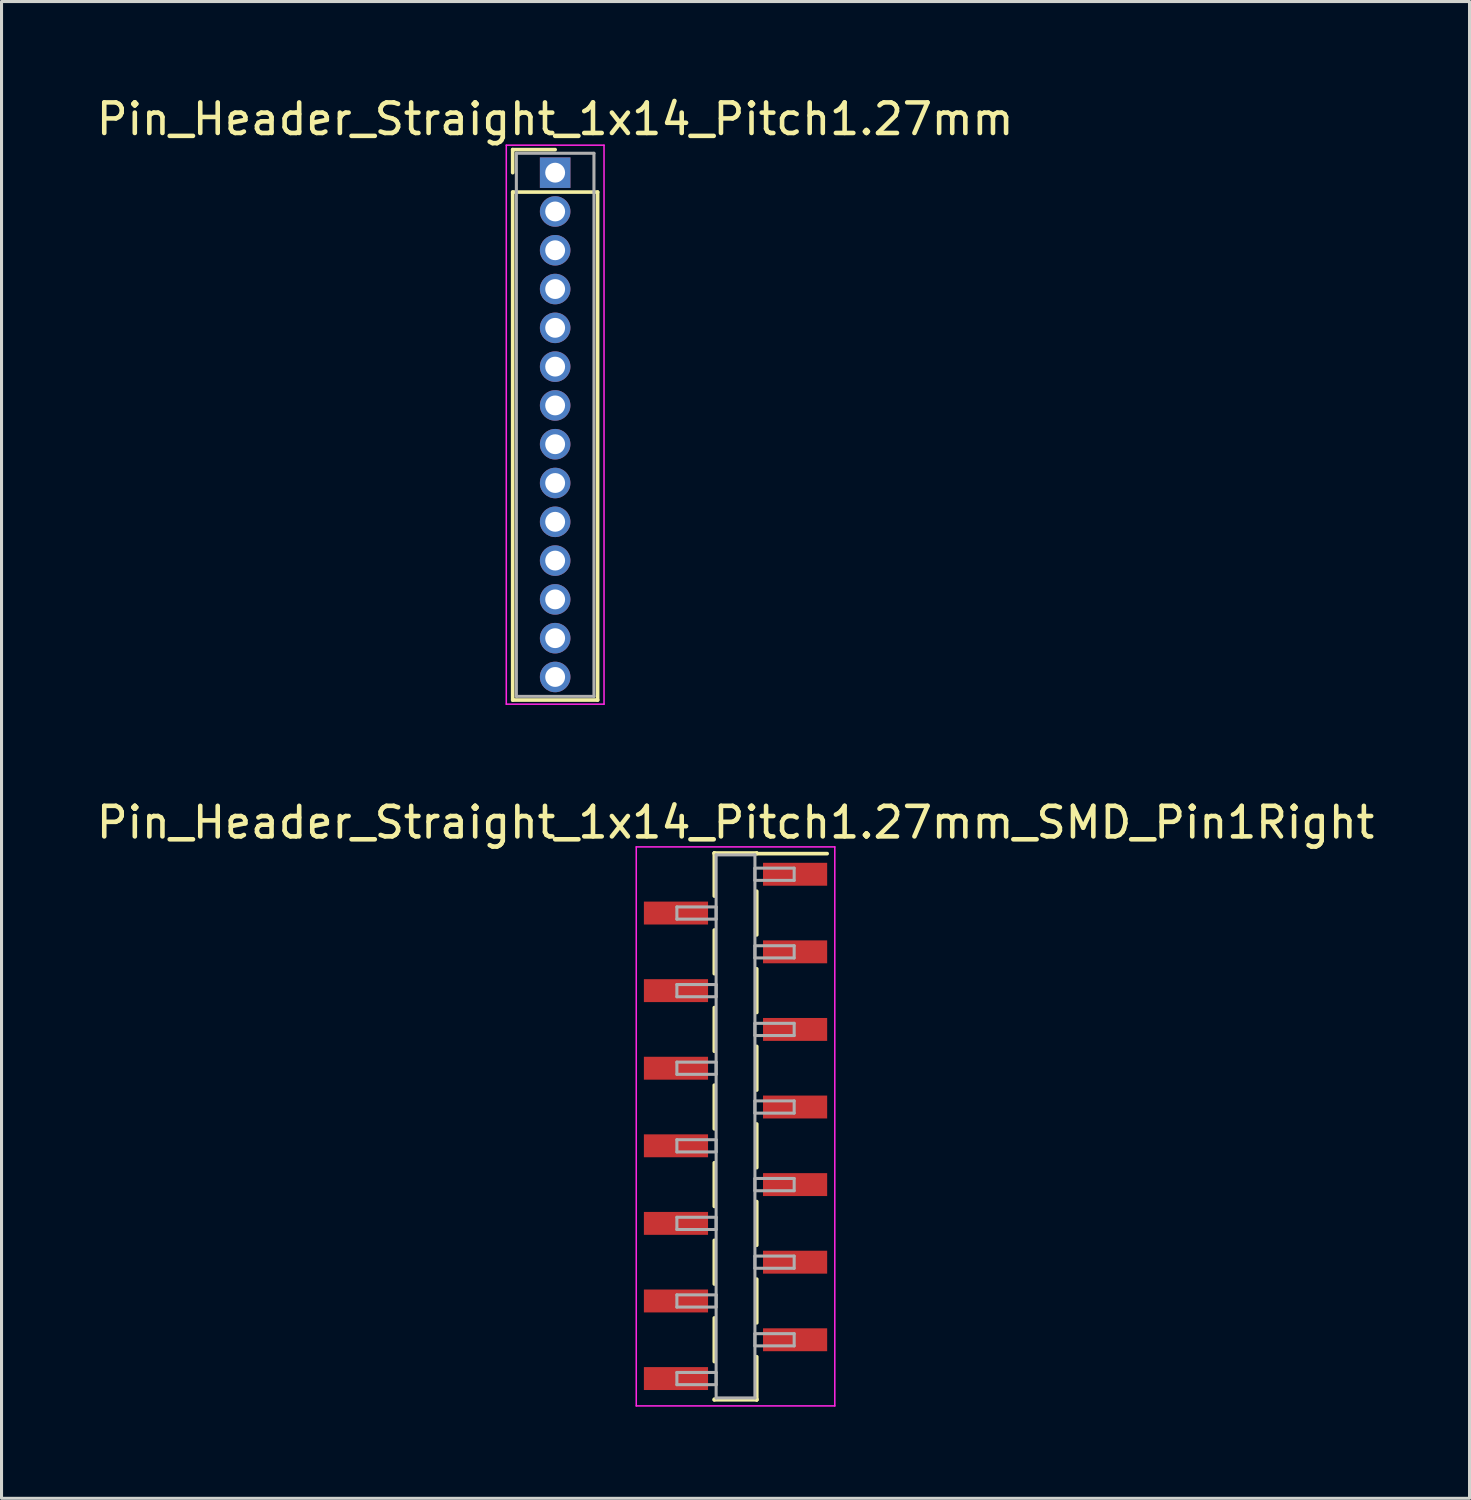
<source format=kicad_pcb>
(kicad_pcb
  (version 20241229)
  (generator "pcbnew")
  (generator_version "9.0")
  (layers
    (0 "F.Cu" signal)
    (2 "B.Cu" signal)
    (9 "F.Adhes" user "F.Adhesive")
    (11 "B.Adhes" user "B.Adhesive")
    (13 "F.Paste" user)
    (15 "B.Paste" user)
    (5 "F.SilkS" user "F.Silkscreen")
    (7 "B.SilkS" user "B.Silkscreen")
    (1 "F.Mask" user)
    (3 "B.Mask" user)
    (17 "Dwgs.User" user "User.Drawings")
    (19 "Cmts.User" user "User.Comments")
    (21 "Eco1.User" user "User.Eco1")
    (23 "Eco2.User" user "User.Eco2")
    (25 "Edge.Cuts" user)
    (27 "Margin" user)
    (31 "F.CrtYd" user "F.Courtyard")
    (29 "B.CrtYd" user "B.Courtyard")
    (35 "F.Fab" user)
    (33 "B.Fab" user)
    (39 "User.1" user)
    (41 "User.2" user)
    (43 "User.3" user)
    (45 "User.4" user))
  (footprint "Pin_Header_Straight_1x14_Pitch1.27mm_SMD_Pin1Right"
    (layer "F.Cu")
    (at 21.03 33.827)
    (property "Reference" "Pin_Header_Straight_1x14_Pitch1.27mm_SMD_Pin1Right" (at 0 -9.95 0) (layer "F.SilkS") (effects (font (size 1 1) (thickness 0.15))))
    (attr smd)
    (fp_line (start -0.695 -8.95) (end -0.695 -7.54) (stroke (width 0.12) (type solid)) (layer "F.SilkS"))
    (fp_line (start -0.695 -8.95) (end 0.695 -8.95) (stroke (width 0.12) (type solid)) (layer "F.SilkS"))
    (fp_line (start -0.695 -8.93) (end -0.695 -8.95) (stroke (width 0.12) (type solid)) (layer "F.SilkS"))
    (fp_line (start -0.695 -6.43) (end -0.695 -5) (stroke (width 0.12) (type solid)) (layer "F.SilkS"))
    (fp_line (start -0.695 -3.89) (end -0.695 -2.46) (stroke (width 0.12) (type solid)) (layer "F.SilkS"))
    (fp_line (start -0.695 -1.35) (end -0.695 0.08) (stroke (width 0.12) (type solid)) (layer "F.SilkS"))
    (fp_line (start -0.695 1.19) (end -0.695 2.62) (stroke (width 0.12) (type solid)) (layer "F.SilkS"))
    (fp_line (start -0.695 3.73) (end -0.695 5.16) (stroke (width 0.12) (type solid)) (layer "F.SilkS"))
    (fp_line (start -0.695 6.27) (end -0.695 7.7) (stroke (width 0.12) (type solid)) (layer "F.SilkS"))
    (fp_line (start -0.695 8.93) (end -0.695 8.95) (stroke (width 0.12) (type solid)) (layer "F.SilkS"))
    (fp_line (start -0.695 8.95) (end 0.695 8.95) (stroke (width 0.12) (type solid)) (layer "F.SilkS"))
    (fp_line (start 0.695 -8.95) (end 0.695 -8.93) (stroke (width 0.12) (type solid)) (layer "F.SilkS"))
    (fp_line (start 0.695 -8.93) (end 3 -8.93) (stroke (width 0.12) (type solid)) (layer "F.SilkS"))
    (fp_line (start 0.695 -7.7) (end 0.695 -6.27) (stroke (width 0.12) (type solid)) (layer "F.SilkS"))
    (fp_line (start 0.695 -5.16) (end 0.695 -3.73) (stroke (width 0.12) (type solid)) (layer "F.SilkS"))
    (fp_line (start 0.695 -2.62) (end 0.695 -1.19) (stroke (width 0.12) (type solid)) (layer "F.SilkS"))
    (fp_line (start 0.695 -0.08) (end 0.695 1.35) (stroke (width 0.12) (type solid)) (layer "F.SilkS"))
    (fp_line (start 0.695 2.46) (end 0.695 3.89) (stroke (width 0.12) (type solid)) (layer "F.SilkS"))
    (fp_line (start 0.695 5) (end 0.695 6.43) (stroke (width 0.12) (type solid)) (layer "F.SilkS"))
    (fp_line (start 0.695 7.54) (end 0.695 8.95) (stroke (width 0.12) (type solid)) (layer "F.SilkS"))
    (fp_line (start 0.695 8.95) (end 0.695 8.93) (stroke (width 0.12) (type solid)) (layer "F.SilkS"))
    (fp_line (start -3.25 -9.15) (end -3.25 9.15) (stroke (width 0.05) (type solid)) (layer "F.CrtYd"))
    (fp_line (start -3.25 9.15) (end 3.25 9.15) (stroke (width 0.05) (type solid)) (layer "F.CrtYd"))
    (fp_line (start 3.25 -9.15) (end -3.25 -9.15) (stroke (width 0.05) (type solid)) (layer "F.CrtYd"))
    (fp_line (start 3.25 9.15) (end 3.25 -9.15) (stroke (width 0.05) (type solid)) (layer "F.CrtYd"))
    (fp_line (start -1.92 -7.185) (end -0.635 -7.185) (stroke (width 0.1) (type solid)) (layer "F.Fab"))
    (fp_line (start -1.92 -6.785) (end -1.92 -7.185) (stroke (width 0.1) (type solid)) (layer "F.Fab"))
    (fp_line (start -1.92 -4.645) (end -0.635 -4.645) (stroke (width 0.1) (type solid)) (layer "F.Fab"))
    (fp_line (start -1.92 -4.245) (end -1.92 -4.645) (stroke (width 0.1) (type solid)) (layer "F.Fab"))
    (fp_line (start -1.92 -2.105) (end -0.635 -2.105) (stroke (width 0.1) (type solid)) (layer "F.Fab"))
    (fp_line (start -1.92 -1.705) (end -1.92 -2.105) (stroke (width 0.1) (type solid)) (layer "F.Fab"))
    (fp_line (start -1.92 0.435) (end -0.635 0.435) (stroke (width 0.1) (type solid)) (layer "F.Fab"))
    (fp_line (start -1.92 0.835) (end -1.92 0.435) (stroke (width 0.1) (type solid)) (layer "F.Fab"))
    (fp_line (start -1.92 2.975) (end -0.635 2.975) (stroke (width 0.1) (type solid)) (layer "F.Fab"))
    (fp_line (start -1.92 3.375) (end -1.92 2.975) (stroke (width 0.1) (type solid)) (layer "F.Fab"))
    (fp_line (start -1.92 5.515) (end -0.635 5.515) (stroke (width 0.1) (type solid)) (layer "F.Fab"))
    (fp_line (start -1.92 5.915) (end -1.92 5.515) (stroke (width 0.1) (type solid)) (layer "F.Fab"))
    (fp_line (start -1.92 8.055) (end -0.635 8.055) (stroke (width 0.1) (type solid)) (layer "F.Fab"))
    (fp_line (start -1.92 8.455) (end -1.92 8.055) (stroke (width 0.1) (type solid)) (layer "F.Fab"))
    (fp_line (start -0.635 -8.89) (end -0.635 8.89) (stroke (width 0.1) (type solid)) (layer "F.Fab"))
    (fp_line (start -0.635 -7.185) (end -0.635 -6.785) (stroke (width 0.1) (type solid)) (layer "F.Fab"))
    (fp_line (start -0.635 -6.785) (end -1.92 -6.785) (stroke (width 0.1) (type solid)) (layer "F.Fab"))
    (fp_line (start -0.635 -4.645) (end -0.635 -4.245) (stroke (width 0.1) (type solid)) (layer "F.Fab"))
    (fp_line (start -0.635 -4.245) (end -1.92 -4.245) (stroke (width 0.1) (type solid)) (layer "F.Fab"))
    (fp_line (start -0.635 -2.105) (end -0.635 -1.705) (stroke (width 0.1) (type solid)) (layer "F.Fab"))
    (fp_line (start -0.635 -1.705) (end -1.92 -1.705) (stroke (width 0.1) (type solid)) (layer "F.Fab"))
    (fp_line (start -0.635 0.435) (end -0.635 0.835) (stroke (width 0.1) (type solid)) (layer "F.Fab"))
    (fp_line (start -0.635 0.835) (end -1.92 0.835) (stroke (width 0.1) (type solid)) (layer "F.Fab"))
    (fp_line (start -0.635 2.975) (end -0.635 3.375) (stroke (width 0.1) (type solid)) (layer "F.Fab"))
    (fp_line (start -0.635 3.375) (end -1.92 3.375) (stroke (width 0.1) (type solid)) (layer "F.Fab"))
    (fp_line (start -0.635 5.515) (end -0.635 5.915) (stroke (width 0.1) (type solid)) (layer "F.Fab"))
    (fp_line (start -0.635 5.915) (end -1.92 5.915) (stroke (width 0.1) (type solid)) (layer "F.Fab"))
    (fp_line (start -0.635 8.055) (end -0.635 8.455) (stroke (width 0.1) (type solid)) (layer "F.Fab"))
    (fp_line (start -0.635 8.455) (end -1.92 8.455) (stroke (width 0.1) (type solid)) (layer "F.Fab"))
    (fp_line (start -0.635 8.89) (end 0.635 8.89) (stroke (width 0.1) (type solid)) (layer "F.Fab"))
    (fp_line (start 0.635 -8.89) (end -0.635 -8.89) (stroke (width 0.1) (type solid)) (layer "F.Fab"))
    (fp_line (start 0.635 -8.455) (end 0.635 -8.055) (stroke (width 0.1) (type solid)) (layer "F.Fab"))
    (fp_line (start 0.635 -8.055) (end 1.92 -8.055) (stroke (width 0.1) (type solid)) (layer "F.Fab"))
    (fp_line (start 0.635 -5.915) (end 0.635 -5.515) (stroke (width 0.1) (type solid)) (layer "F.Fab"))
    (fp_line (start 0.635 -5.515) (end 1.92 -5.515) (stroke (width 0.1) (type solid)) (layer "F.Fab"))
    (fp_line (start 0.635 -3.375) (end 0.635 -2.975) (stroke (width 0.1) (type solid)) (layer "F.Fab"))
    (fp_line (start 0.635 -2.975) (end 1.92 -2.975) (stroke (width 0.1) (type solid)) (layer "F.Fab"))
    (fp_line (start 0.635 -0.835) (end 0.635 -0.435) (stroke (width 0.1) (type solid)) (layer "F.Fab"))
    (fp_line (start 0.635 -0.435) (end 1.92 -0.435) (stroke (width 0.1) (type solid)) (layer "F.Fab"))
    (fp_line (start 0.635 1.705) (end 0.635 2.105) (stroke (width 0.1) (type solid)) (layer "F.Fab"))
    (fp_line (start 0.635 2.105) (end 1.92 2.105) (stroke (width 0.1) (type solid)) (layer "F.Fab"))
    (fp_line (start 0.635 4.245) (end 0.635 4.645) (stroke (width 0.1) (type solid)) (layer "F.Fab"))
    (fp_line (start 0.635 4.645) (end 1.92 4.645) (stroke (width 0.1) (type solid)) (layer "F.Fab"))
    (fp_line (start 0.635 6.785) (end 0.635 7.185) (stroke (width 0.1) (type solid)) (layer "F.Fab"))
    (fp_line (start 0.635 7.185) (end 1.92 7.185) (stroke (width 0.1) (type solid)) (layer "F.Fab"))
    (fp_line (start 0.635 8.89) (end 0.635 -8.89) (stroke (width 0.1) (type solid)) (layer "F.Fab"))
    (fp_line (start 1.92 -8.455) (end 0.635 -8.455) (stroke (width 0.1) (type solid)) (layer "F.Fab"))
    (fp_line (start 1.92 -8.055) (end 1.92 -8.455) (stroke (width 0.1) (type solid)) (layer "F.Fab"))
    (fp_line (start 1.92 -5.915) (end 0.635 -5.915) (stroke (width 0.1) (type solid)) (layer "F.Fab"))
    (fp_line (start 1.92 -5.515) (end 1.92 -5.915) (stroke (width 0.1) (type solid)) (layer "F.Fab"))
    (fp_line (start 1.92 -3.375) (end 0.635 -3.375) (stroke (width 0.1) (type solid)) (layer "F.Fab"))
    (fp_line (start 1.92 -2.975) (end 1.92 -3.375) (stroke (width 0.1) (type solid)) (layer "F.Fab"))
    (fp_line (start 1.92 -0.835) (end 0.635 -0.835) (stroke (width 0.1) (type solid)) (layer "F.Fab"))
    (fp_line (start 1.92 -0.435) (end 1.92 -0.835) (stroke (width 0.1) (type solid)) (layer "F.Fab"))
    (fp_line (start 1.92 1.705) (end 0.635 1.705) (stroke (width 0.1) (type solid)) (layer "F.Fab"))
    (fp_line (start 1.92 2.105) (end 1.92 1.705) (stroke (width 0.1) (type solid)) (layer "F.Fab"))
    (fp_line (start 1.92 4.245) (end 0.635 4.245) (stroke (width 0.1) (type solid)) (layer "F.Fab"))
    (fp_line (start 1.92 4.645) (end 1.92 4.245) (stroke (width 0.1) (type solid)) (layer "F.Fab"))
    (fp_line (start 1.92 6.785) (end 0.635 6.785) (stroke (width 0.1) (type solid)) (layer "F.Fab"))
    (fp_line (start 1.92 7.185) (end 1.92 6.785) (stroke (width 0.1) (type solid)) (layer "F.Fab"))
    (pad "1" smd rect (at 1.95 -8.255) (size 2.1 0.75) (layers "F.Cu" "F.Mask"))
    (pad "2" smd rect (at -1.95 -6.985) (size 2.1 0.75) (layers "F.Cu" "F.Mask"))
    (pad "3" smd rect (at 1.95 -5.715) (size 2.1 0.75) (layers "F.Cu" "F.Mask"))
    (pad "4" smd rect (at -1.95 -4.445) (size 2.1 0.75) (layers "F.Cu" "F.Mask"))
    (pad "5" smd rect (at 1.95 -3.175) (size 2.1 0.75) (layers "F.Cu" "F.Mask"))
    (pad "6" smd rect (at -1.95 -1.905) (size 2.1 0.75) (layers "F.Cu" "F.Mask"))
    (pad "7" smd rect (at 1.95 -0.635) (size 2.1 0.75) (layers "F.Cu" "F.Mask"))
    (pad "8" smd rect (at -1.95 0.635) (size 2.1 0.75) (layers "F.Cu" "F.Mask"))
    (pad "9" smd rect (at 1.95 1.905) (size 2.1 0.75) (layers "F.Cu" "F.Mask"))
    (pad "10" smd rect (at -1.95 3.175) (size 2.1 0.75) (layers "F.Cu" "F.Mask"))
    (pad "11" smd rect (at 1.95 4.445) (size 2.1 0.75) (layers "F.Cu" "F.Mask"))
    (pad "12" smd rect (at -1.95 5.715) (size 2.1 0.75) (layers "F.Cu" "F.Mask"))
    (pad "13" smd rect (at 1.95 6.985) (size 2.1 0.75) (layers "F.Cu" "F.Mask"))
    (pad "14" smd rect (at -1.95 8.255) (size 2.1 0.75) (layers "F.Cu" "F.Mask")))
  (footprint "Pin_Header_Straight_1x14_Pitch1.27mm"
    (layer "F.Cu")
    (at 15.125 2.603)
    (property "Reference" "Pin_Header_Straight_1x14_Pitch1.27mm" (at 0 -1.755 0) (layer "F.SilkS") (effects (font (size 1 1) (thickness 0.15))))
    (attr through_hole)
    (fp_line (start -1.39 -0.755) (end 0 -0.755) (stroke (width 0.12) (type solid)) (layer "F.SilkS"))
    (fp_line (start -1.39 0) (end -1.39 -0.755) (stroke (width 0.12) (type solid)) (layer "F.SilkS"))
    (fp_line (start -1.39 0.635) (end -1.39 17.265) (stroke (width 0.12) (type solid)) (layer "F.SilkS"))
    (fp_line (start -1.39 17.265) (end 1.39 17.265) (stroke (width 0.12) (type solid)) (layer "F.SilkS"))
    (fp_line (start 1.39 0.635) (end -1.39 0.635) (stroke (width 0.12) (type solid)) (layer "F.SilkS"))
    (fp_line (start 1.39 17.265) (end 1.39 0.635) (stroke (width 0.12) (type solid)) (layer "F.SilkS"))
    (fp_line (start -1.6 -0.9) (end -1.6 17.4) (stroke (width 0.05) (type solid)) (layer "F.CrtYd"))
    (fp_line (start -1.6 17.4) (end 1.6 17.4) (stroke (width 0.05) (type solid)) (layer "F.CrtYd"))
    (fp_line (start 1.6 -0.9) (end -1.6 -0.9) (stroke (width 0.05) (type solid)) (layer "F.CrtYd"))
    (fp_line (start 1.6 17.4) (end 1.6 -0.9) (stroke (width 0.05) (type solid)) (layer "F.CrtYd"))
    (fp_line (start -1.27 -0.635) (end -1.27 17.145) (stroke (width 0.1) (type solid)) (layer "F.Fab"))
    (fp_line (start -1.27 17.145) (end 1.27 17.145) (stroke (width 0.1) (type solid)) (layer "F.Fab"))
    (fp_line (start 1.27 -0.635) (end -1.27 -0.635) (stroke (width 0.1) (type solid)) (layer "F.Fab"))
    (fp_line (start 1.27 17.145) (end 1.27 -0.635) (stroke (width 0.1) (type solid)) (layer "F.Fab"))
    (pad "1" thru_hole rect (at 0 0) (size 1 1) (drill 0.65) (layers "*.Cu" "*.Mask"))
    (pad "2" thru_hole oval (at 0 1.27) (size 1 1) (drill 0.65) (layers "*.Cu" "*.Mask"))
    (pad "3" thru_hole oval (at 0 2.54) (size 1 1) (drill 0.65) (layers "*.Cu" "*.Mask"))
    (pad "4" thru_hole oval (at 0 3.81) (size 1 1) (drill 0.65) (layers "*.Cu" "*.Mask"))
    (pad "5" thru_hole oval (at 0 5.08) (size 1 1) (drill 0.65) (layers "*.Cu" "*.Mask"))
    (pad "6" thru_hole oval (at 0 6.35) (size 1 1) (drill 0.65) (layers "*.Cu" "*.Mask"))
    (pad "7" thru_hole oval (at 0 7.62) (size 1 1) (drill 0.65) (layers "*.Cu" "*.Mask"))
    (pad "8" thru_hole oval (at 0 8.89) (size 1 1) (drill 0.65) (layers "*.Cu" "*.Mask"))
    (pad "9" thru_hole oval (at 0 10.16) (size 1 1) (drill 0.65) (layers "*.Cu" "*.Mask"))
    (pad "10" thru_hole oval (at 0 11.43) (size 1 1) (drill 0.65) (layers "*.Cu" "*.Mask"))
    (pad "11" thru_hole oval (at 0 12.7) (size 1 1) (drill 0.65) (layers "*.Cu" "*.Mask"))
    (pad "12" thru_hole oval (at 0 13.97) (size 1 1) (drill 0.65) (layers "*.Cu" "*.Mask"))
    (pad "13" thru_hole oval (at 0 15.24) (size 1 1) (drill 0.65) (layers "*.Cu" "*.Mask"))
    (pad "14" thru_hole oval (at 0 16.51) (size 1 1) (drill 0.65) (layers "*.Cu" "*.Mask")))
  (gr_rect
    (start -3 -3)
    (end 45.06 46.002)
    (stroke (width 0.1) (type default))
    (fill no)
    (layer "Edge.Cuts")))
</source>
